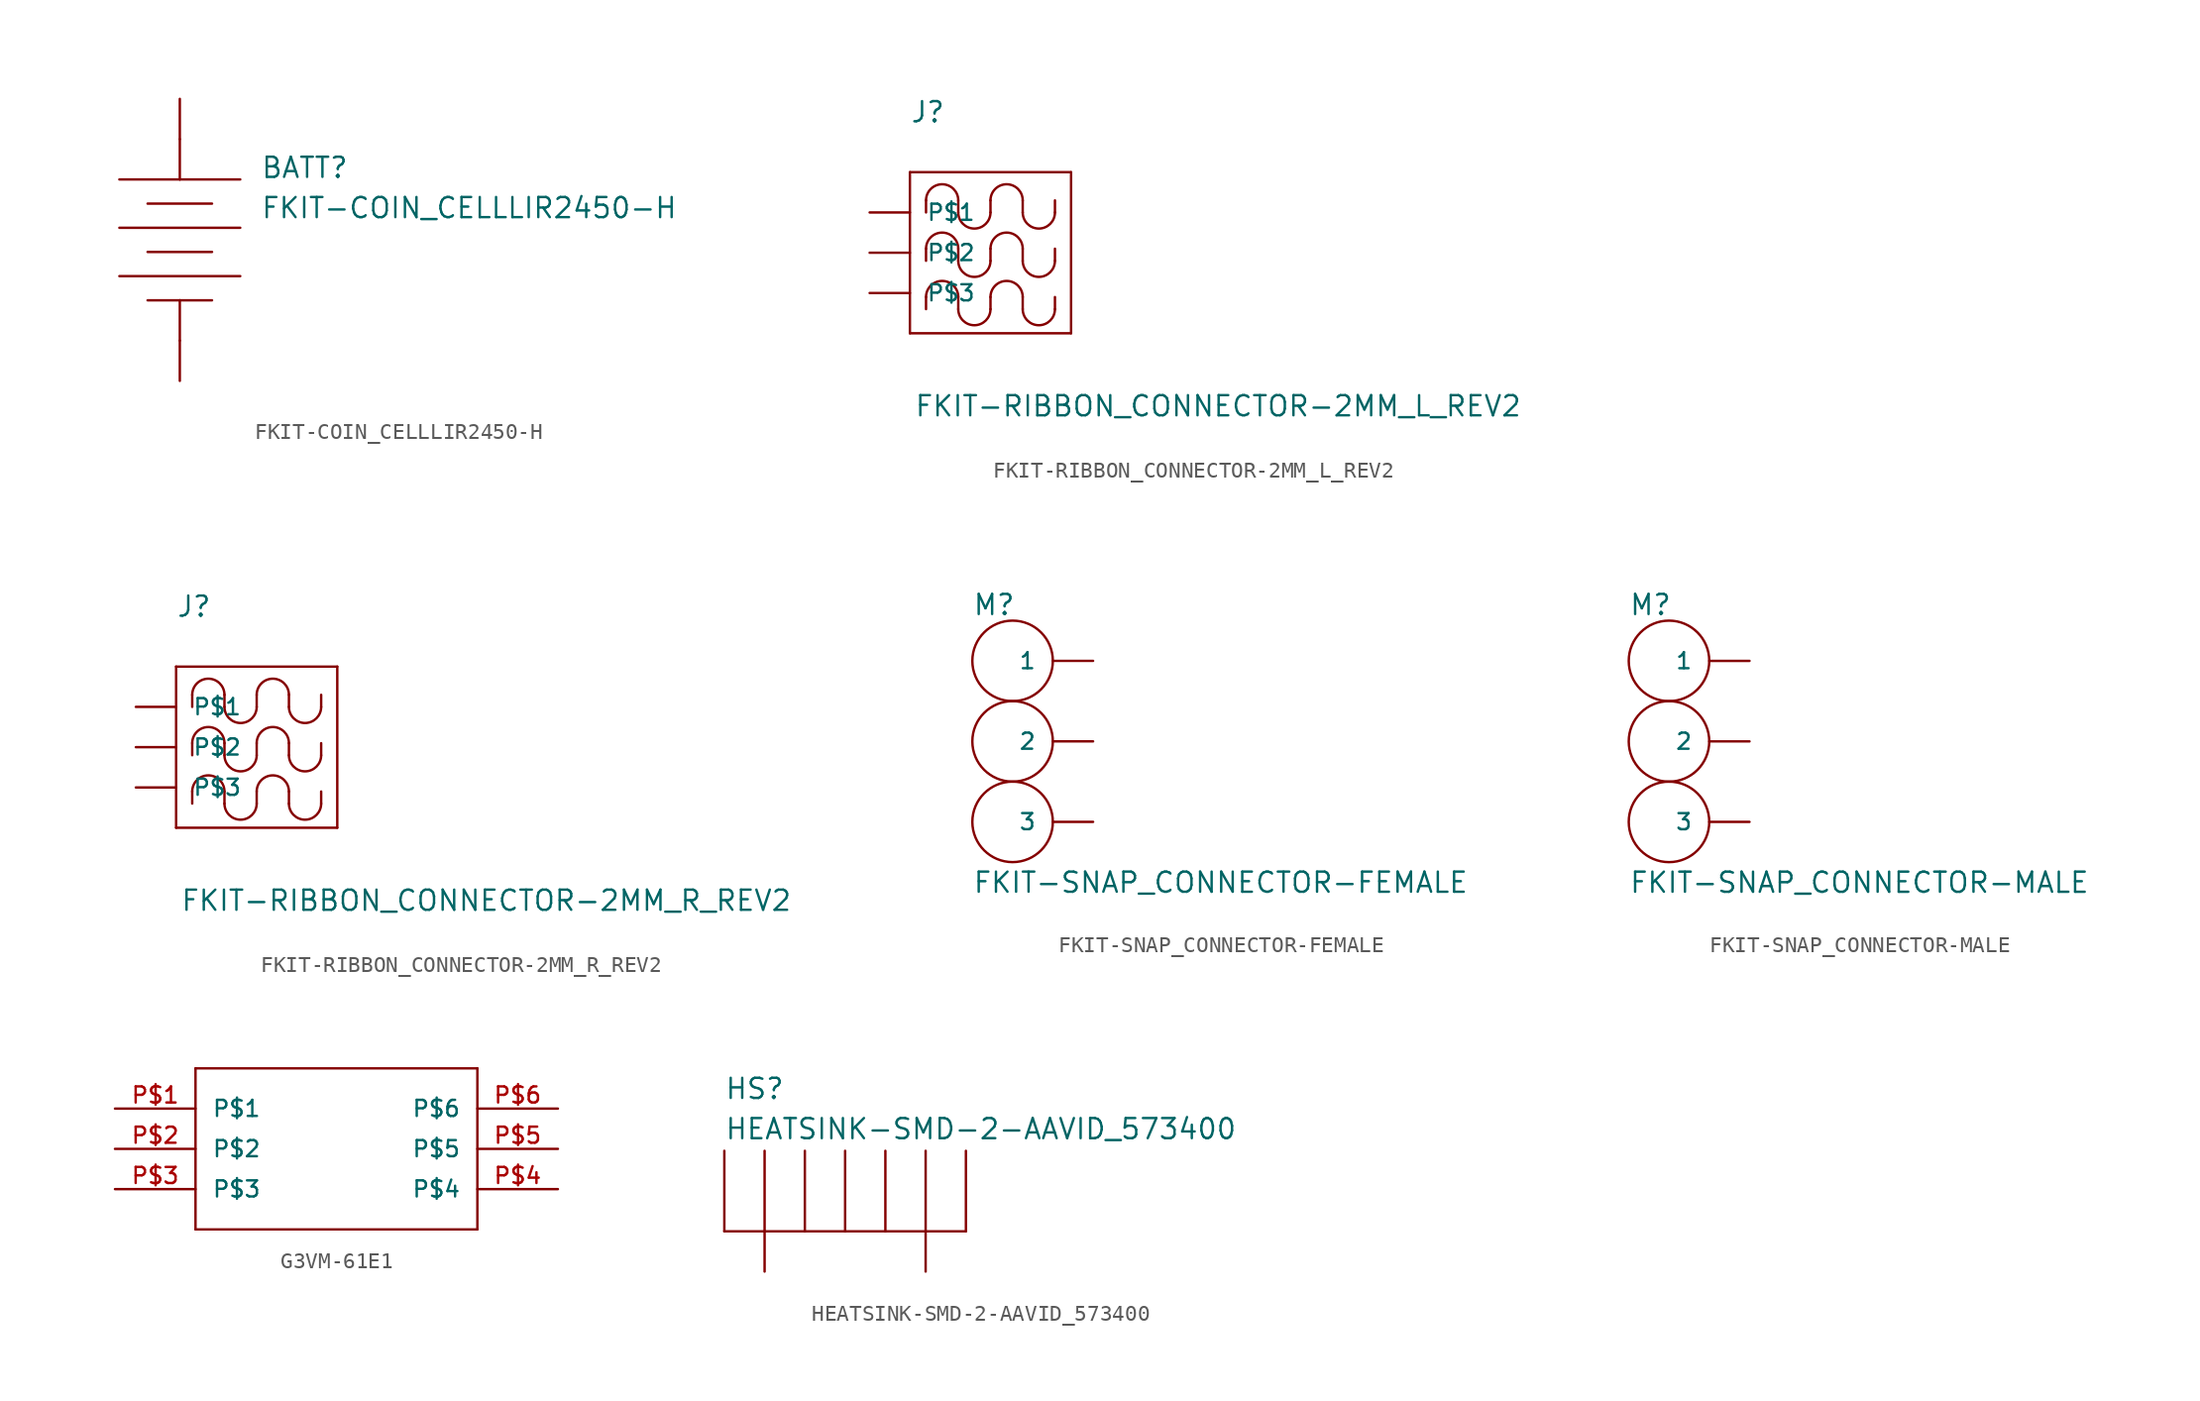
<source format=kicad_sym>
(kicad_symbol_lib
  (version 20220914)
  (generator kicad_symbol_editor)
  (symbol "FKIT-COIN_CELLLIR2450-H"
    (pin_numbers hide)
    (pin_names
      (offset 1.016) hide)
    (property "Reference" "BATT"
      (at 5.08 5.08 0)
      (effects (font (size 1.27 1.27)) (justify left bottom)))
    (property "Value" "FKIT-COIN_CELLLIR2450-H"
      (at 5.08 2.54 0)
      (effects (font (size 1.27 1.27)) (justify left bottom)))
    (property "ki_locked" ""
      (at 0 0 0)
      (effects (font (size 1.27 1.27))))
    (symbol "FKIT-COIN_CELLLIR2450-H_1_0"
      (polyline (pts (xy -3.81 -1.016) (xy 3.81 -1.016)) (stroke (width 0) (type solid)) (fill (type none)))
      (polyline (pts (xy -3.81 2.032) (xy 3.81 2.032)) (stroke (width 0) (type solid)) (fill (type none)))
      (polyline (pts (xy -3.81 5.08) (xy 0 5.08)) (stroke (width 0) (type solid)) (fill (type none)))
      (polyline (pts (xy -2.032 -2.54) (xy 0 -2.54)) (stroke (width 0) (type solid)) (fill (type none)))
      (polyline (pts (xy -2.032 0.508) (xy 2.032 0.508)) (stroke (width 0) (type solid)) (fill (type none)))
      (polyline (pts (xy -2.032 3.556) (xy 2.032 3.556)) (stroke (width 0) (type solid)) (fill (type none)))
      (polyline (pts (xy 0 -5.08) (xy 0 -2.54)) (stroke (width 0) (type solid)) (fill (type none)))
      (polyline (pts (xy 0 -2.54) (xy 2.032 -2.54)) (stroke (width 0) (type solid)) (fill (type none)))
      (polyline (pts (xy 0 5.08) (xy 3.81 5.08)) (stroke (width 0) (type solid)) (fill (type none)))
      (polyline (pts (xy 0 7.62) (xy 0 5.08)) (stroke (width 0) (type solid)) (fill (type none))))
    (symbol "FKIT-COIN_CELLLIR2450-H_1_1"
      (pin bidirectional line (at 0 -7.62 90) (length 2.54) (name "NEG" (effects (font (size 1.016 1.016)))) (number "NEG" (effects (font (size 1.016 1.016)))))
      (pin bidirectional line (at 0 10.16 270) (length 2.54) (name "POS" (effects (font (size 1.016 1.016)))) (number "POS" (effects (font (size 1.016 1.016)))))))
  (symbol "FKIT-RIBBON_CONNECTOR-2MM_L_REV2"
    (pin_numbers hide)
    (pin_names
      (offset 1.016))
    (property "Reference" "J"
      (at -5.08 8.128 0)
      (effects (font (size 1.27 1.27)) (justify left bottom)))
    (property "Value" "FKIT-RIBBON_CONNECTOR-2MM_L_REV2"
      (at -4.826 -10.414 0)
      (effects (font (size 1.27 1.27)) (justify left bottom)))
    (property "ki_locked" ""
      (at 0 0 0)
      (effects (font (size 1.27 1.27))))
    (symbol "FKIT-RIBBON_CONNECTOR-2MM_L_REV2_1_0"
      (polyline (pts (xy -5.08 -5.08) (xy 5.08 -5.08)) (stroke (width 0) (type solid)) (fill (type none)))
      (polyline (pts (xy -5.08 5.08) (xy -5.08 -5.08)) (stroke (width 0) (type solid)) (fill (type none)))
      (polyline (pts (xy -4.064 -2.794) (xy -4.064 -3.556)) (stroke (width 0) (type solid)) (fill (type none)))
      (polyline (pts (xy -4.064 0.254) (xy -4.064 -0.508)) (stroke (width 0) (type solid)) (fill (type none)))
      (polyline (pts (xy -4.064 2.54) (xy -4.064 3.302)) (stroke (width 0) (type solid)) (fill (type none)))
      (polyline (pts (xy -2.032 -2.794) (xy -2.032 -3.556)) (stroke (width 0) (type solid)) (fill (type none)))
      (polyline (pts (xy -2.032 0.254) (xy -2.032 -0.508)) (stroke (width 0) (type solid)) (fill (type none)))
      (polyline (pts (xy -2.032 3.302) (xy -2.032 2.54)) (stroke (width 0) (type solid)) (fill (type none)))
      (polyline (pts (xy 0 -3.556) (xy 0 -2.794)) (stroke (width 0) (type solid)) (fill (type none)))
      (polyline (pts (xy 0 -0.508) (xy 0 0.254)) (stroke (width 0) (type solid)) (fill (type none)))
      (polyline (pts (xy 0 2.54) (xy 0 3.302)) (stroke (width 0) (type solid)) (fill (type none)))
      (polyline (pts (xy 2.032 -2.794) (xy 2.032 -3.556)) (stroke (width 0) (type solid)) (fill (type none)))
      (polyline (pts (xy 2.032 0.254) (xy 2.032 -0.508)) (stroke (width 0) (type solid)) (fill (type none)))
      (polyline (pts (xy 2.032 3.302) (xy 2.032 2.54)) (stroke (width 0) (type solid)) (fill (type none)))
      (polyline (pts (xy 4.064 -3.556) (xy 4.064 -2.794)) (stroke (width 0) (type solid)) (fill (type none)))
      (polyline (pts (xy 4.064 -0.508) (xy 4.064 0.254)) (stroke (width 0) (type solid)) (fill (type none)))
      (polyline (pts (xy 4.064 2.54) (xy 4.064 3.302)) (stroke (width 0) (type solid)) (fill (type none)))
      (polyline (pts (xy 5.08 -5.08) (xy 5.08 5.08)) (stroke (width 0) (type solid)) (fill (type none)))
      (polyline (pts (xy 5.08 5.08) (xy -5.08 5.08)) (stroke (width 0) (type solid)) (fill (type none))))
    (symbol "FKIT-RIBBON_CONNECTOR-2MM_L_REV2_1_1"
      (arc (start -2.032 -3.556) (mid -1.016 -4.572) (end 0 -3.556) (stroke (width 0) (type solid)) (fill (type none)))
      (arc (start -2.032 -2.794) (mid -3.048 -1.778) (end -4.064 -2.794) (stroke (width 0) (type solid)) (fill (type none)))
      (arc (start -2.032 -0.508) (mid -1.016 -1.524) (end 0 -0.508) (stroke (width 0) (type solid)) (fill (type none)))
      (arc (start -2.032 0.254) (mid -3.048 1.27) (end -4.064 0.254) (stroke (width 0) (type solid)) (fill (type none)))
      (arc (start -2.032 2.54) (mid -1.016 1.524) (end 0 2.54) (stroke (width 0) (type solid)) (fill (type none)))
      (arc (start -2.032 3.302) (mid -3.048 4.318) (end -4.064 3.302) (stroke (width 0) (type solid)) (fill (type none)))
      (arc (start 2.032 -3.556) (mid 3.048 -4.572) (end 4.064 -3.556) (stroke (width 0) (type solid)) (fill (type none)))
      (arc (start 2.032 -2.794) (mid 1.016 -1.778) (end 0 -2.794) (stroke (width 0) (type solid)) (fill (type none)))
      (arc (start 2.032 -0.508) (mid 3.048 -1.524) (end 4.064 -0.508) (stroke (width 0) (type solid)) (fill (type none)))
      (arc (start 2.032 0.254) (mid 1.016 1.27) (end 0 0.254) (stroke (width 0) (type solid)) (fill (type none)))
      (arc (start 2.032 2.54) (mid 3.048 1.524) (end 4.064 2.54) (stroke (width 0) (type solid)) (fill (type none)))
      (arc (start 2.032 3.302) (mid 1.016 4.318) (end 0 3.302) (stroke (width 0) (type solid)) (fill (type none)))
      (pin bidirectional line (at -7.62 2.54 0) (length 2.54) (name "P$1" (effects (font (size 1.016 1.016)))) (number "P1A" (effects (font (size 1.016 1.016)))))
      (pin bidirectional line (at -7.62 0 0) (length 2.54) (name "P$2" (effects (font (size 1.016 1.016)))) (number "P2A" (effects (font (size 1.016 1.016)))))
      (pin bidirectional line (at -7.62 -2.54 0) (length 2.54) (name "P$3" (effects (font (size 1.016 1.016)))) (number "P3A" (effects (font (size 1.016 1.016)))))))
  (symbol "FKIT-RIBBON_CONNECTOR-2MM_R_REV2"
    (pin_numbers hide)
    (pin_names
      (offset 1.016))
    (property "Reference" "J"
      (at -5.08 8.128 0)
      (effects (font (size 1.27 1.27)) (justify left bottom)))
    (property "Value" "FKIT-RIBBON_CONNECTOR-2MM_R_REV2"
      (at -4.826 -10.414 0)
      (effects (font (size 1.27 1.27)) (justify left bottom)))
    (property "ki_locked" ""
      (at 0 0 0)
      (effects (font (size 1.27 1.27))))
    (symbol "FKIT-RIBBON_CONNECTOR-2MM_R_REV2_1_0"
      (polyline (pts (xy -5.08 -5.08) (xy 5.08 -5.08)) (stroke (width 0) (type solid)) (fill (type none)))
      (polyline (pts (xy -5.08 5.08) (xy -5.08 -5.08)) (stroke (width 0) (type solid)) (fill (type none)))
      (polyline (pts (xy -4.064 -2.794) (xy -4.064 -3.556)) (stroke (width 0) (type solid)) (fill (type none)))
      (polyline (pts (xy -4.064 0.254) (xy -4.064 -0.508)) (stroke (width 0) (type solid)) (fill (type none)))
      (polyline (pts (xy -4.064 2.54) (xy -4.064 3.302)) (stroke (width 0) (type solid)) (fill (type none)))
      (polyline (pts (xy -2.032 -2.794) (xy -2.032 -3.556)) (stroke (width 0) (type solid)) (fill (type none)))
      (polyline (pts (xy -2.032 0.254) (xy -2.032 -0.508)) (stroke (width 0) (type solid)) (fill (type none)))
      (polyline (pts (xy -2.032 3.302) (xy -2.032 2.54)) (stroke (width 0) (type solid)) (fill (type none)))
      (polyline (pts (xy 0 -3.556) (xy 0 -2.794)) (stroke (width 0) (type solid)) (fill (type none)))
      (polyline (pts (xy 0 -0.508) (xy 0 0.254)) (stroke (width 0) (type solid)) (fill (type none)))
      (polyline (pts (xy 0 2.54) (xy 0 3.302)) (stroke (width 0) (type solid)) (fill (type none)))
      (polyline (pts (xy 2.032 -2.794) (xy 2.032 -3.556)) (stroke (width 0) (type solid)) (fill (type none)))
      (polyline (pts (xy 2.032 0.254) (xy 2.032 -0.508)) (stroke (width 0) (type solid)) (fill (type none)))
      (polyline (pts (xy 2.032 3.302) (xy 2.032 2.54)) (stroke (width 0) (type solid)) (fill (type none)))
      (polyline (pts (xy 4.064 -3.556) (xy 4.064 -2.794)) (stroke (width 0) (type solid)) (fill (type none)))
      (polyline (pts (xy 4.064 -0.508) (xy 4.064 0.254)) (stroke (width 0) (type solid)) (fill (type none)))
      (polyline (pts (xy 4.064 2.54) (xy 4.064 3.302)) (stroke (width 0) (type solid)) (fill (type none)))
      (polyline (pts (xy 5.08 -5.08) (xy 5.08 5.08)) (stroke (width 0) (type solid)) (fill (type none)))
      (polyline (pts (xy 5.08 5.08) (xy -5.08 5.08)) (stroke (width 0) (type solid)) (fill (type none))))
    (symbol "FKIT-RIBBON_CONNECTOR-2MM_R_REV2_1_1"
      (arc (start -2.032 -3.556) (mid -1.016 -4.572) (end 0 -3.556) (stroke (width 0) (type solid)) (fill (type none)))
      (arc (start -2.032 -2.794) (mid -3.048 -1.778) (end -4.064 -2.794) (stroke (width 0) (type solid)) (fill (type none)))
      (arc (start -2.032 -0.508) (mid -1.016 -1.524) (end 0 -0.508) (stroke (width 0) (type solid)) (fill (type none)))
      (arc (start -2.032 0.254) (mid -3.048 1.27) (end -4.064 0.254) (stroke (width 0) (type solid)) (fill (type none)))
      (arc (start -2.032 2.54) (mid -1.016 1.524) (end 0 2.54) (stroke (width 0) (type solid)) (fill (type none)))
      (arc (start -2.032 3.302) (mid -3.048 4.318) (end -4.064 3.302) (stroke (width 0) (type solid)) (fill (type none)))
      (arc (start 2.032 -3.556) (mid 3.048 -4.572) (end 4.064 -3.556) (stroke (width 0) (type solid)) (fill (type none)))
      (arc (start 2.032 -2.794) (mid 1.016 -1.778) (end 0 -2.794) (stroke (width 0) (type solid)) (fill (type none)))
      (arc (start 2.032 -0.508) (mid 3.048 -1.524) (end 4.064 -0.508) (stroke (width 0) (type solid)) (fill (type none)))
      (arc (start 2.032 0.254) (mid 1.016 1.27) (end 0 0.254) (stroke (width 0) (type solid)) (fill (type none)))
      (arc (start 2.032 2.54) (mid 3.048 1.524) (end 4.064 2.54) (stroke (width 0) (type solid)) (fill (type none)))
      (arc (start 2.032 3.302) (mid 1.016 4.318) (end 0 3.302) (stroke (width 0) (type solid)) (fill (type none)))
      (pin bidirectional line (at -7.62 2.54 0) (length 2.54) (name "P$1" (effects (font (size 1.016 1.016)))) (number "P1A" (effects (font (size 1.016 1.016)))))
      (pin bidirectional line (at -7.62 0 0) (length 2.54) (name "P$2" (effects (font (size 1.016 1.016)))) (number "P2A" (effects (font (size 1.016 1.016)))))
      (pin bidirectional line (at -7.62 -2.54 0) (length 2.54) (name "P$3" (effects (font (size 1.016 1.016)))) (number "P3A" (effects (font (size 1.016 1.016)))))))
  (symbol "FKIT-SNAP_CONNECTOR-FEMALE"
    (pin_numbers hide)
    (pin_names
      (offset 1.016))
    (property "Reference" "M"
      (at -2.54 7.874 0)
      (effects (font (size 1.27 1.27)) (justify left bottom)))
    (property "Value" "FKIT-SNAP_CONNECTOR-FEMALE"
      (at -2.54 -9.652 0)
      (effects (font (size 1.27 1.27)) (justify left bottom)))
    (property "ki_locked" ""
      (at 0 0 0)
      (effects (font (size 1.27 1.27))))
    (symbol "FKIT-SNAP_CONNECTOR-FEMALE_1_1"
      (circle (center 0 -5.08) (radius 2.54) (stroke (width 0) (type solid)) (fill (type none)))
      (circle (center 0 0) (radius 2.54) (stroke (width 0) (type solid)) (fill (type none)))
      (circle (center 0 5.08) (radius 2.54) (stroke (width 0) (type solid)) (fill (type none)))
      (pin bidirectional line (at 5.08 5.08 180) (length 2.54) (name "1" (effects (font (size 1.016 1.016)))) (number "1" (effects (font (size 1.016 1.016)))))
      (pin bidirectional line (at 5.08 0 180) (length 2.54) (name "2" (effects (font (size 1.016 1.016)))) (number "2" (effects (font (size 1.016 1.016)))))
      (pin bidirectional line (at 5.08 -5.08 180) (length 2.54) (name "3" (effects (font (size 1.016 1.016)))) (number "3" (effects (font (size 1.016 1.016)))))))
  (symbol "FKIT-SNAP_CONNECTOR-MALE"
    (pin_numbers hide)
    (pin_names
      (offset 1.016))
    (property "Reference" "M"
      (at -2.54 7.874 0)
      (effects (font (size 1.27 1.27)) (justify left bottom)))
    (property "Value" "FKIT-SNAP_CONNECTOR-MALE"
      (at -2.54 -9.652 0)
      (effects (font (size 1.27 1.27)) (justify left bottom)))
    (property "ki_locked" ""
      (at 0 0 0)
      (effects (font (size 1.27 1.27))))
    (symbol "FKIT-SNAP_CONNECTOR-MALE_1_1"
      (circle (center 0 -5.08) (radius 2.54) (stroke (width 0) (type solid)) (fill (type none)))
      (circle (center 0 0) (radius 2.54) (stroke (width 0) (type solid)) (fill (type none)))
      (circle (center 0 5.08) (radius 2.54) (stroke (width 0) (type solid)) (fill (type none)))
      (pin bidirectional line (at 5.08 5.08 180) (length 2.54) (name "1" (effects (font (size 1.016 1.016)))) (number "1" (effects (font (size 1.016 1.016)))))
      (pin bidirectional line (at 5.08 0 180) (length 2.54) (name "2" (effects (font (size 1.016 1.016)))) (number "2" (effects (font (size 1.016 1.016)))))
      (pin bidirectional line (at 5.08 -5.08 180) (length 2.54) (name "3" (effects (font (size 1.016 1.016)))) (number "3" (effects (font (size 1.016 1.016)))))))
  (symbol "G3VM-61E1"
    (pin_names
      (offset 1.016))
    (property "Reference" "M"
      (at 0 0 0)
      (effects (font (size 1.27 1.27)) hide))
    (property "ki_locked" ""
      (at 0 0 0)
      (effects (font (size 1.27 1.27))))
    (symbol "G3VM-61E1_1_0"
      (polyline (pts (xy -2.54 -5.08) (xy 15.24 -5.08)) (stroke (width 0) (type solid)) (fill (type none)))
      (polyline (pts (xy -2.54 5.08) (xy -2.54 -5.08)) (stroke (width 0) (type solid)) (fill (type none)))
      (polyline (pts (xy 15.24 -5.08) (xy 15.24 5.08)) (stroke (width 0) (type solid)) (fill (type none)))
      (polyline (pts (xy 15.24 5.08) (xy -2.54 5.08)) (stroke (width 0) (type solid)) (fill (type none))))
    (symbol "G3VM-61E1_1_1"
      (pin bidirectional line (at -7.62 2.54 0) (length 5.08) (name "P$1" (effects (font (size 1.016 1.016)))) (number "P$1" (effects (font (size 1.016 1.016)))))
      (pin bidirectional line (at -7.62 0 0) (length 5.08) (name "P$2" (effects (font (size 1.016 1.016)))) (number "P$2" (effects (font (size 1.016 1.016)))))
      (pin bidirectional line (at -7.62 -2.54 0) (length 5.08) (name "P$3" (effects (font (size 1.016 1.016)))) (number "P$3" (effects (font (size 1.016 1.016)))))
      (pin bidirectional line (at 20.32 -2.54 180) (length 5.08) (name "P$4" (effects (font (size 1.016 1.016)))) (number "P$4" (effects (font (size 1.016 1.016)))))
      (pin bidirectional line (at 20.32 0 180) (length 5.08) (name "P$5" (effects (font (size 1.016 1.016)))) (number "P$5" (effects (font (size 1.016 1.016)))))
      (pin bidirectional line (at 20.32 2.54 180) (length 5.08) (name "P$6" (effects (font (size 1.016 1.016)))) (number "P$6" (effects (font (size 1.016 1.016)))))))
  (symbol "HEATSINK-SMD-2-AAVID_573400"
    (pin_numbers hide)
    (pin_names
      (offset 1.016) hide)
    (property "Reference" "HS"
      (at -7.62 8.255 0)
      (effects (font (size 1.27 1.27)) (justify left bottom)))
    (property "Value" "HEATSINK-SMD-2-AAVID_573400"
      (at -7.62 5.715 0)
      (effects (font (size 1.27 1.27)) (justify left bottom)))
    (property "ki_locked" ""
      (at 0 0 0)
      (effects (font (size 1.27 1.27))))
    (symbol "HEATSINK-SMD-2-AAVID_573400_1_0"
      (polyline (pts (xy -7.62 0) (xy -5.08 0)) (stroke (width 0) (type solid)) (fill (type none)))
      (polyline (pts (xy -7.62 5.08) (xy -7.62 0)) (stroke (width 0) (type solid)) (fill (type none)))
      (polyline (pts (xy -5.08 0) (xy -2.54 0)) (stroke (width 0) (type solid)) (fill (type none)))
      (polyline (pts (xy -5.08 5.08) (xy -5.08 0)) (stroke (width 0) (type solid)) (fill (type none)))
      (polyline (pts (xy -2.54 0) (xy 0 0)) (stroke (width 0) (type solid)) (fill (type none)))
      (polyline (pts (xy -2.54 5.08) (xy -2.54 0)) (stroke (width 0) (type solid)) (fill (type none)))
      (polyline (pts (xy 0 0) (xy 2.54 0)) (stroke (width 0) (type solid)) (fill (type none)))
      (polyline (pts (xy 0 5.08) (xy 0 0)) (stroke (width 0) (type solid)) (fill (type none)))
      (polyline (pts (xy 2.54 0) (xy 5.08 0)) (stroke (width 0) (type solid)) (fill (type none)))
      (polyline (pts (xy 2.54 5.08) (xy 2.54 0)) (stroke (width 0) (type solid)) (fill (type none)))
      (polyline (pts (xy 5.08 0) (xy 7.62 0)) (stroke (width 0) (type solid)) (fill (type none)))
      (polyline (pts (xy 5.08 5.08) (xy 5.08 0)) (stroke (width 0) (type solid)) (fill (type none)))
      (polyline (pts (xy 7.62 0) (xy 7.62 5.08)) (stroke (width 0) (type solid)) (fill (type none))))
    (symbol "HEATSINK-SMD-2-AAVID_573400_1_1"
      (pin bidirectional line (at -5.08 -2.54 90) (length 2.54) (name "P$1" (effects (font (size 1.016 1.016)))) (number "P$1" (effects (font (size 1.016 1.016)))))
      (pin bidirectional line (at 5.08 -2.54 90) (length 2.54) (name "P$2" (effects (font (size 1.016 1.016)))) (number "P$2" (effects (font (size 1.016 1.016))))))))
</source>
